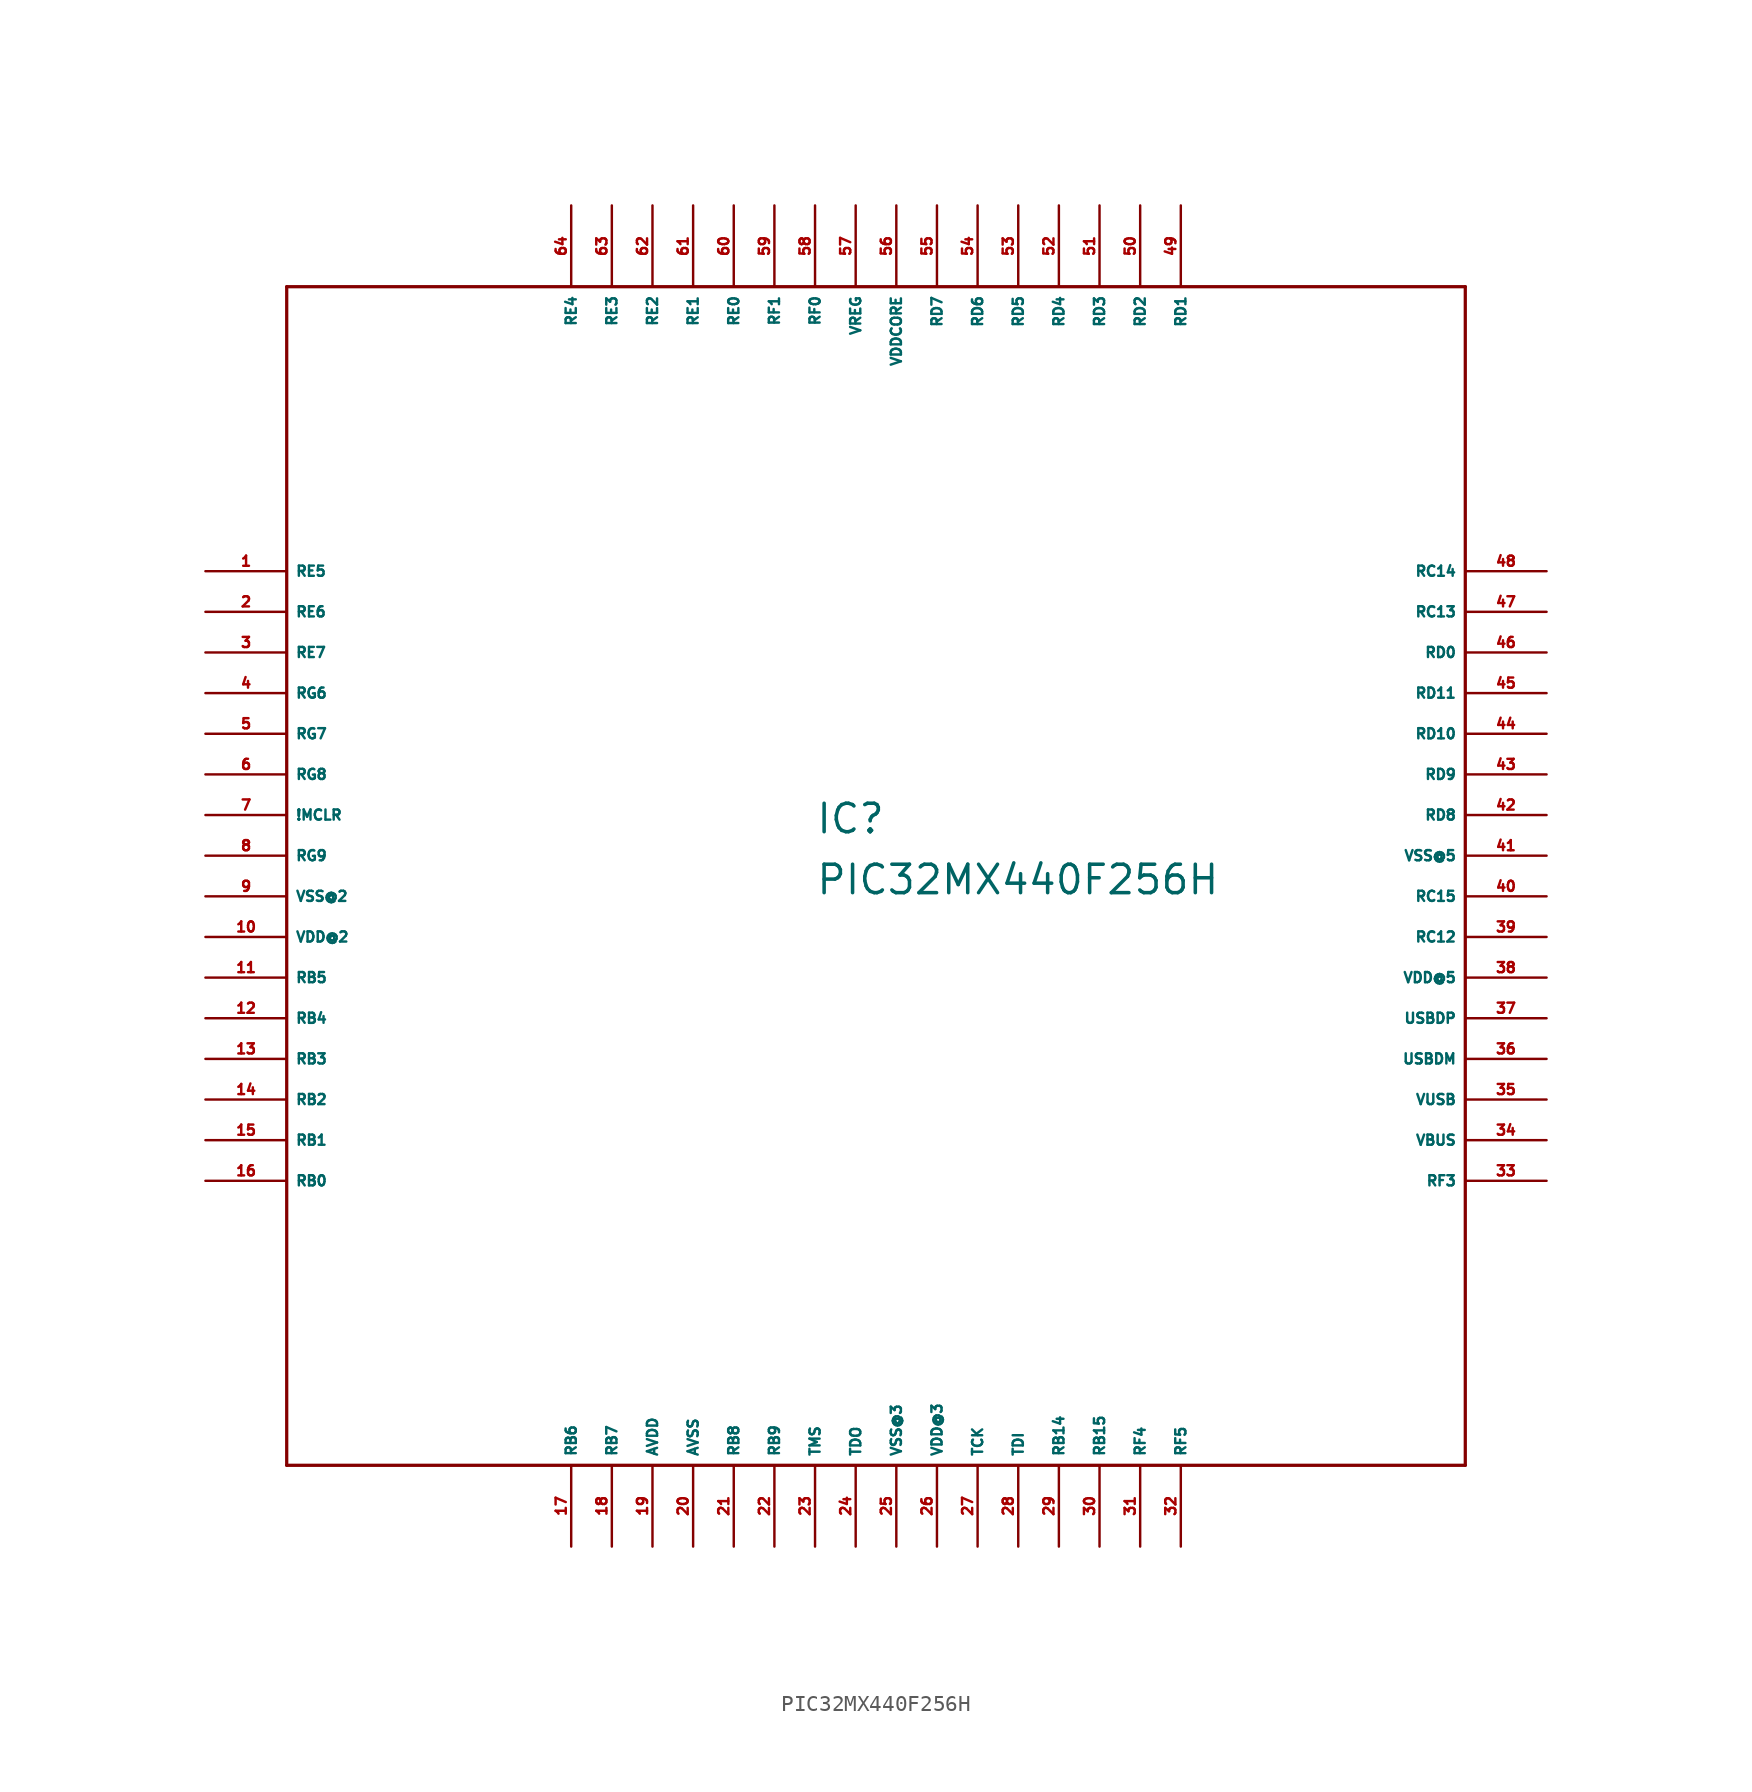
<source format=kicad_sym>
(kicad_symbol_lib
  (version 20220914)
  (generator Eagle2Kicad)
  (symbol "PIC32MX440F256H"
    (property "Reference" "IC"
      (at -5.08 1.27 0)
      (effects (font (size 1.778 1.778) (thickness 0.22)) (justify left bottom)))
    (property "Value" "PIC32MX440F256H"
      (at -5.08 -2.54 0)
      (effects (font (size 1.778 1.778) (thickness 0.22)) (justify left bottom)))
    (polyline
      (pts (xy -38.1 -38.1) (xy 35.56 -38.1))
      (stroke (width 0.203) (type default))
      (fill (type none)))
    (polyline
      (pts (xy 35.56 -38.1) (xy 35.56 35.56))
      (stroke (width 0.203) (type default))
      (fill (type none)))
    (polyline
      (pts (xy 35.56 35.56) (xy -38.1 35.56))
      (stroke (width 0.203) (type default))
      (fill (type none)))
    (polyline
      (pts (xy -38.1 35.56) (xy -38.1 -38.1))
      (stroke (width 0.203) (type default))
      (fill (type none)))
    (pin bidirectional line
      (at -43.18 17.78 0)
      (length 5.08)
      (name "RE5" (effects (font (size 0.635 0.635) (thickness 0.08)) (justify left bottom)))
      (number "1" (effects (font (size 0.635 0.635) (thickness 0.08)) (justify left bottom))))
    (pin bidirectional line
      (at -43.18 15.24 0)
      (length 5.08)
      (name "RE6" (effects (font (size 0.635 0.635) (thickness 0.08)) (justify left bottom)))
      (number "2" (effects (font (size 0.635 0.635) (thickness 0.08)) (justify left bottom))))
    (pin bidirectional line
      (at -43.18 12.7 0)
      (length 5.08)
      (name "RE7" (effects (font (size 0.635 0.635) (thickness 0.08)) (justify left bottom)))
      (number "3" (effects (font (size 0.635 0.635) (thickness 0.08)) (justify left bottom))))
    (pin bidirectional line
      (at -43.18 10.16 0)
      (length 5.08)
      (name "RG6" (effects (font (size 0.635 0.635) (thickness 0.08)) (justify left bottom)))
      (number "4" (effects (font (size 0.635 0.635) (thickness 0.08)) (justify left bottom))))
    (pin bidirectional line
      (at -43.18 7.62 0)
      (length 5.08)
      (name "RG7" (effects (font (size 0.635 0.635) (thickness 0.08)) (justify left bottom)))
      (number "5" (effects (font (size 0.635 0.635) (thickness 0.08)) (justify left bottom))))
    (pin bidirectional line
      (at -43.18 5.08 0)
      (length 5.08)
      (name "RG8" (effects (font (size 0.635 0.635) (thickness 0.08)) (justify left bottom)))
      (number "6" (effects (font (size 0.635 0.635) (thickness 0.08)) (justify left bottom))))
    (pin input line
      (at -43.18 2.54 0)
      (length 5.08)
      (name "!MCLR" (effects (font (size 0.635 0.635) (thickness 0.08)) (justify left bottom)))
      (number "7" (effects (font (size 0.635 0.635) (thickness 0.08)) (justify left bottom))))
    (pin bidirectional line
      (at -43.18 0 0)
      (length 5.08)
      (name "RG9" (effects (font (size 0.635 0.635) (thickness 0.08)) (justify left bottom)))
      (number "8" (effects (font (size 0.635 0.635) (thickness 0.08)) (justify left bottom))))
    (pin unspecified line
      (at -43.18 -2.54 0)
      (length 5.08)
      (name "VSS@2" (effects (font (size 0.635 0.635) (thickness 0.08)) (justify left bottom)))
      (number "9" (effects (font (size 0.635 0.635) (thickness 0.08)) (justify left bottom))))
    (pin unspecified line
      (at -43.18 -5.08 0)
      (length 5.08)
      (name "VDD@2" (effects (font (size 0.635 0.635) (thickness 0.08)) (justify left bottom)))
      (number "10" (effects (font (size 0.635 0.635) (thickness 0.08)) (justify left bottom))))
    (pin bidirectional line
      (at -43.18 -7.62 0)
      (length 5.08)
      (name "RB5" (effects (font (size 0.635 0.635) (thickness 0.08)) (justify left bottom)))
      (number "11" (effects (font (size 0.635 0.635) (thickness 0.08)) (justify left bottom))))
    (pin bidirectional line
      (at -43.18 -10.16 0)
      (length 5.08)
      (name "RB4" (effects (font (size 0.635 0.635) (thickness 0.08)) (justify left bottom)))
      (number "12" (effects (font (size 0.635 0.635) (thickness 0.08)) (justify left bottom))))
    (pin bidirectional line
      (at -43.18 -12.7 0)
      (length 5.08)
      (name "RB3" (effects (font (size 0.635 0.635) (thickness 0.08)) (justify left bottom)))
      (number "13" (effects (font (size 0.635 0.635) (thickness 0.08)) (justify left bottom))))
    (pin bidirectional line
      (at -43.18 -15.24 0)
      (length 5.08)
      (name "RB2" (effects (font (size 0.635 0.635) (thickness 0.08)) (justify left bottom)))
      (number "14" (effects (font (size 0.635 0.635) (thickness 0.08)) (justify left bottom))))
    (pin bidirectional line
      (at -43.18 -17.78 0)
      (length 5.08)
      (name "RB1" (effects (font (size 0.635 0.635) (thickness 0.08)) (justify left bottom)))
      (number "15" (effects (font (size 0.635 0.635) (thickness 0.08)) (justify left bottom))))
    (pin bidirectional line
      (at -43.18 -20.32 0)
      (length 5.08)
      (name "RB0" (effects (font (size 0.635 0.635) (thickness 0.08)) (justify left bottom)))
      (number "16" (effects (font (size 0.635 0.635) (thickness 0.08)) (justify left bottom))))
    (pin bidirectional line
      (at -20.32 -43.18 90)
      (length 5.08)
      (name "RB6" (effects (font (size 0.635 0.635) (thickness 0.08)) (justify left bottom)))
      (number "17" (effects (font (size 0.635 0.635) (thickness 0.08)) (justify left bottom))))
    (pin bidirectional line
      (at -17.78 -43.18 90)
      (length 5.08)
      (name "RB7" (effects (font (size 0.635 0.635) (thickness 0.08)) (justify left bottom)))
      (number "18" (effects (font (size 0.635 0.635) (thickness 0.08)) (justify left bottom))))
    (pin unspecified line
      (at -15.24 -43.18 90)
      (length 5.08)
      (name "AVDD" (effects (font (size 0.635 0.635) (thickness 0.08)) (justify left bottom)))
      (number "19" (effects (font (size 0.635 0.635) (thickness 0.08)) (justify left bottom))))
    (pin unspecified line
      (at -12.7 -43.18 90)
      (length 5.08)
      (name "AVSS" (effects (font (size 0.635 0.635) (thickness 0.08)) (justify left bottom)))
      (number "20" (effects (font (size 0.635 0.635) (thickness 0.08)) (justify left bottom))))
    (pin bidirectional line
      (at -10.16 -43.18 90)
      (length 5.08)
      (name "RB8" (effects (font (size 0.635 0.635) (thickness 0.08)) (justify left bottom)))
      (number "21" (effects (font (size 0.635 0.635) (thickness 0.08)) (justify left bottom))))
    (pin bidirectional line
      (at -7.62 -43.18 90)
      (length 5.08)
      (name "RB9" (effects (font (size 0.635 0.635) (thickness 0.08)) (justify left bottom)))
      (number "22" (effects (font (size 0.635 0.635) (thickness 0.08)) (justify left bottom))))
    (pin input line
      (at -5.08 -43.18 90)
      (length 5.08)
      (name "TMS" (effects (font (size 0.635 0.635) (thickness 0.08)) (justify left bottom)))
      (number "23" (effects (font (size 0.635 0.635) (thickness 0.08)) (justify left bottom))))
    (pin output line
      (at -2.54 -43.18 90)
      (length 5.08)
      (name "TDO" (effects (font (size 0.635 0.635) (thickness 0.08)) (justify left bottom)))
      (number "24" (effects (font (size 0.635 0.635) (thickness 0.08)) (justify left bottom))))
    (pin unspecified line
      (at 0 -43.18 90)
      (length 5.08)
      (name "VSS@3" (effects (font (size 0.635 0.635) (thickness 0.08)) (justify left bottom)))
      (number "25" (effects (font (size 0.635 0.635) (thickness 0.08)) (justify left bottom))))
    (pin unspecified line
      (at 2.54 -43.18 90)
      (length 5.08)
      (name "VDD@3" (effects (font (size 0.635 0.635) (thickness 0.08)) (justify left bottom)))
      (number "26" (effects (font (size 0.635 0.635) (thickness 0.08)) (justify left bottom))))
    (pin input line
      (at 5.08 -43.18 90)
      (length 5.08)
      (name "TCK" (effects (font (size 0.635 0.635) (thickness 0.08)) (justify left bottom)))
      (number "27" (effects (font (size 0.635 0.635) (thickness 0.08)) (justify left bottom))))
    (pin input line
      (at 7.62 -43.18 90)
      (length 5.08)
      (name "TDI" (effects (font (size 0.635 0.635) (thickness 0.08)) (justify left bottom)))
      (number "28" (effects (font (size 0.635 0.635) (thickness 0.08)) (justify left bottom))))
    (pin bidirectional line
      (at 10.16 -43.18 90)
      (length 5.08)
      (name "RB14" (effects (font (size 0.635 0.635) (thickness 0.08)) (justify left bottom)))
      (number "29" (effects (font (size 0.635 0.635) (thickness 0.08)) (justify left bottom))))
    (pin bidirectional line
      (at 12.7 -43.18 90)
      (length 5.08)
      (name "RB15" (effects (font (size 0.635 0.635) (thickness 0.08)) (justify left bottom)))
      (number "30" (effects (font (size 0.635 0.635) (thickness 0.08)) (justify left bottom))))
    (pin bidirectional line
      (at 15.24 -43.18 90)
      (length 5.08)
      (name "RF4" (effects (font (size 0.635 0.635) (thickness 0.08)) (justify left bottom)))
      (number "31" (effects (font (size 0.635 0.635) (thickness 0.08)) (justify left bottom))))
    (pin bidirectional line
      (at 17.78 -43.18 90)
      (length 5.08)
      (name "RF5" (effects (font (size 0.635 0.635) (thickness 0.08)) (justify left bottom)))
      (number "32" (effects (font (size 0.635 0.635) (thickness 0.08)) (justify left bottom))))
    (pin bidirectional line
      (at 40.64 -20.32 180)
      (length 5.08)
      (name "RF3" (effects (font (size 0.635 0.635) (thickness 0.08)) (justify left bottom)))
      (number "33" (effects (font (size 0.635 0.635) (thickness 0.08)) (justify left bottom))))
    (pin bidirectional line
      (at 40.64 -17.78 180)
      (length 5.08)
      (name "VBUS" (effects (font (size 0.635 0.635) (thickness 0.08)) (justify left bottom)))
      (number "34" (effects (font (size 0.635 0.635) (thickness 0.08)) (justify left bottom))))
    (pin passive line
      (at 40.64 -15.24 180)
      (length 5.08)
      (name "VUSB" (effects (font (size 0.635 0.635) (thickness 0.08)) (justify left bottom)))
      (number "35" (effects (font (size 0.635 0.635) (thickness 0.08)) (justify left bottom))))
    (pin bidirectional line
      (at 40.64 -12.7 180)
      (length 5.08)
      (name "USBDM" (effects (font (size 0.635 0.635) (thickness 0.08)) (justify left bottom)))
      (number "36" (effects (font (size 0.635 0.635) (thickness 0.08)) (justify left bottom))))
    (pin bidirectional line
      (at 40.64 -10.16 180)
      (length 5.08)
      (name "USBDP" (effects (font (size 0.635 0.635) (thickness 0.08)) (justify left bottom)))
      (number "37" (effects (font (size 0.635 0.635) (thickness 0.08)) (justify left bottom))))
    (pin unspecified line
      (at 40.64 -7.62 180)
      (length 5.08)
      (name "VDD@5" (effects (font (size 0.635 0.635) (thickness 0.08)) (justify left bottom)))
      (number "38" (effects (font (size 0.635 0.635) (thickness 0.08)) (justify left bottom))))
    (pin bidirectional line
      (at 40.64 -5.08 180)
      (length 5.08)
      (name "RC12" (effects (font (size 0.635 0.635) (thickness 0.08)) (justify left bottom)))
      (number "39" (effects (font (size 0.635 0.635) (thickness 0.08)) (justify left bottom))))
    (pin bidirectional line
      (at 40.64 -2.54 180)
      (length 5.08)
      (name "RC15" (effects (font (size 0.635 0.635) (thickness 0.08)) (justify left bottom)))
      (number "40" (effects (font (size 0.635 0.635) (thickness 0.08)) (justify left bottom))))
    (pin unspecified line
      (at 40.64 0 180)
      (length 5.08)
      (name "VSS@5" (effects (font (size 0.635 0.635) (thickness 0.08)) (justify left bottom)))
      (number "41" (effects (font (size 0.635 0.635) (thickness 0.08)) (justify left bottom))))
    (pin bidirectional line
      (at 40.64 2.54 180)
      (length 5.08)
      (name "RD8" (effects (font (size 0.635 0.635) (thickness 0.08)) (justify left bottom)))
      (number "42" (effects (font (size 0.635 0.635) (thickness 0.08)) (justify left bottom))))
    (pin bidirectional line
      (at 40.64 5.08 180)
      (length 5.08)
      (name "RD9" (effects (font (size 0.635 0.635) (thickness 0.08)) (justify left bottom)))
      (number "43" (effects (font (size 0.635 0.635) (thickness 0.08)) (justify left bottom))))
    (pin bidirectional line
      (at 40.64 7.62 180)
      (length 5.08)
      (name "RD10" (effects (font (size 0.635 0.635) (thickness 0.08)) (justify left bottom)))
      (number "44" (effects (font (size 0.635 0.635) (thickness 0.08)) (justify left bottom))))
    (pin bidirectional line
      (at 40.64 10.16 180)
      (length 5.08)
      (name "RD11" (effects (font (size 0.635 0.635) (thickness 0.08)) (justify left bottom)))
      (number "45" (effects (font (size 0.635 0.635) (thickness 0.08)) (justify left bottom))))
    (pin bidirectional line
      (at 40.64 12.7 180)
      (length 5.08)
      (name "RD0" (effects (font (size 0.635 0.635) (thickness 0.08)) (justify left bottom)))
      (number "46" (effects (font (size 0.635 0.635) (thickness 0.08)) (justify left bottom))))
    (pin bidirectional line
      (at 40.64 15.24 180)
      (length 5.08)
      (name "RC13" (effects (font (size 0.635 0.635) (thickness 0.08)) (justify left bottom)))
      (number "47" (effects (font (size 0.635 0.635) (thickness 0.08)) (justify left bottom))))
    (pin bidirectional line
      (at 40.64 17.78 180)
      (length 5.08)
      (name "RC14" (effects (font (size 0.635 0.635) (thickness 0.08)) (justify left bottom)))
      (number "48" (effects (font (size 0.635 0.635) (thickness 0.08)) (justify left bottom))))
    (pin bidirectional line
      (at 17.78 40.64 270)
      (length 5.08)
      (name "RD1" (effects (font (size 0.635 0.635) (thickness 0.08)) (justify left bottom)))
      (number "49" (effects (font (size 0.635 0.635) (thickness 0.08)) (justify left bottom))))
    (pin bidirectional line
      (at 15.24 40.64 270)
      (length 5.08)
      (name "RD2" (effects (font (size 0.635 0.635) (thickness 0.08)) (justify left bottom)))
      (number "50" (effects (font (size 0.635 0.635) (thickness 0.08)) (justify left bottom))))
    (pin bidirectional line
      (at 12.7 40.64 270)
      (length 5.08)
      (name "RD3" (effects (font (size 0.635 0.635) (thickness 0.08)) (justify left bottom)))
      (number "51" (effects (font (size 0.635 0.635) (thickness 0.08)) (justify left bottom))))
    (pin bidirectional line
      (at 10.16 40.64 270)
      (length 5.08)
      (name "RD4" (effects (font (size 0.635 0.635) (thickness 0.08)) (justify left bottom)))
      (number "52" (effects (font (size 0.635 0.635) (thickness 0.08)) (justify left bottom))))
    (pin bidirectional line
      (at 7.62 40.64 270)
      (length 5.08)
      (name "RD5" (effects (font (size 0.635 0.635) (thickness 0.08)) (justify left bottom)))
      (number "53" (effects (font (size 0.635 0.635) (thickness 0.08)) (justify left bottom))))
    (pin bidirectional line
      (at 5.08 40.64 270)
      (length 5.08)
      (name "RD6" (effects (font (size 0.635 0.635) (thickness 0.08)) (justify left bottom)))
      (number "54" (effects (font (size 0.635 0.635) (thickness 0.08)) (justify left bottom))))
    (pin bidirectional line
      (at 2.54 40.64 270)
      (length 5.08)
      (name "RD7" (effects (font (size 0.635 0.635) (thickness 0.08)) (justify left bottom)))
      (number "55" (effects (font (size 0.635 0.635) (thickness 0.08)) (justify left bottom))))
    (pin unspecified line
      (at 0 40.64 270)
      (length 5.08)
      (name "VDDCORE" (effects (font (size 0.635 0.635) (thickness 0.08)) (justify left bottom)))
      (number "56" (effects (font (size 0.635 0.635) (thickness 0.08)) (justify left bottom))))
    (pin passive line
      (at -2.54 40.64 270)
      (length 5.08)
      (name "VREG" (effects (font (size 0.635 0.635) (thickness 0.08)) (justify left bottom)))
      (number "57" (effects (font (size 0.635 0.635) (thickness 0.08)) (justify left bottom))))
    (pin bidirectional line
      (at -5.08 40.64 270)
      (length 5.08)
      (name "RF0" (effects (font (size 0.635 0.635) (thickness 0.08)) (justify left bottom)))
      (number "58" (effects (font (size 0.635 0.635) (thickness 0.08)) (justify left bottom))))
    (pin bidirectional line
      (at -7.62 40.64 270)
      (length 5.08)
      (name "RF1" (effects (font (size 0.635 0.635) (thickness 0.08)) (justify left bottom)))
      (number "59" (effects (font (size 0.635 0.635) (thickness 0.08)) (justify left bottom))))
    (pin bidirectional line
      (at -10.16 40.64 270)
      (length 5.08)
      (name "RE0" (effects (font (size 0.635 0.635) (thickness 0.08)) (justify left bottom)))
      (number "60" (effects (font (size 0.635 0.635) (thickness 0.08)) (justify left bottom))))
    (pin bidirectional line
      (at -12.7 40.64 270)
      (length 5.08)
      (name "RE1" (effects (font (size 0.635 0.635) (thickness 0.08)) (justify left bottom)))
      (number "61" (effects (font (size 0.635 0.635) (thickness 0.08)) (justify left bottom))))
    (pin bidirectional line
      (at -15.24 40.64 270)
      (length 5.08)
      (name "RE2" (effects (font (size 0.635 0.635) (thickness 0.08)) (justify left bottom)))
      (number "62" (effects (font (size 0.635 0.635) (thickness 0.08)) (justify left bottom))))
    (pin bidirectional line
      (at -17.78 40.64 270)
      (length 5.08)
      (name "RE3" (effects (font (size 0.635 0.635) (thickness 0.08)) (justify left bottom)))
      (number "63" (effects (font (size 0.635 0.635) (thickness 0.08)) (justify left bottom))))
    (pin bidirectional line
      (at -20.32 40.64 270)
      (length 5.08)
      (name "RE4" (effects (font (size 0.635 0.635) (thickness 0.08)) (justify left bottom)))
      (number "64" (effects (font (size 0.635 0.635) (thickness 0.08)) (justify left bottom))))))
</source>
